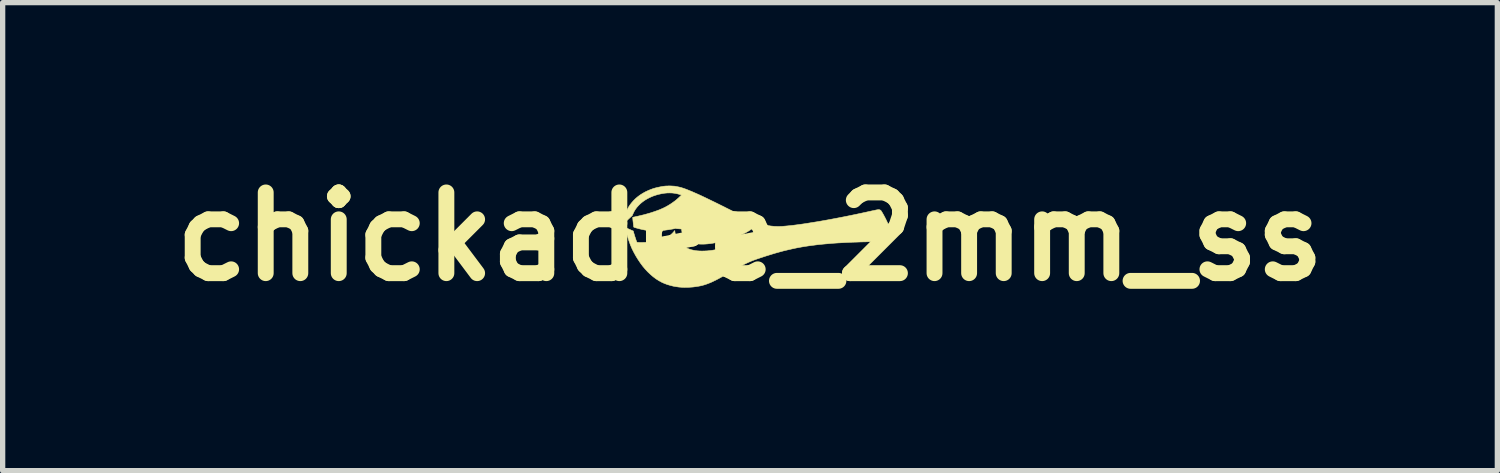
<source format=kicad_pcb>
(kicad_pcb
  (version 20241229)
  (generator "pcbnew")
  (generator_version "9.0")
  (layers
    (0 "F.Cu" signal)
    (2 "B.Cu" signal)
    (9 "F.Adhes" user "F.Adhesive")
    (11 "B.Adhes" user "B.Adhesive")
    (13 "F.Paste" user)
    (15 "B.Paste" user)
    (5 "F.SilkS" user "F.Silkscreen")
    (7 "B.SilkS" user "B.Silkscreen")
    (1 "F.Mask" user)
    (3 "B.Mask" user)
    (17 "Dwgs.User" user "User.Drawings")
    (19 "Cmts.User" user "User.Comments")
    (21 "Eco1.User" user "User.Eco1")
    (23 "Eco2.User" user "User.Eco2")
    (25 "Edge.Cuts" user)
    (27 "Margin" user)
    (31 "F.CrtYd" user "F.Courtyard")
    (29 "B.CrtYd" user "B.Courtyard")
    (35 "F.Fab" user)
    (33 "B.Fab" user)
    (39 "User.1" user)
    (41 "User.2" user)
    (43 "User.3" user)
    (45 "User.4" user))
  (footprint "chickadee_2mm_ss"
    (layer "F.Cu")
    (at 11.111 1.418)
    (property "Reference" "chickadee_2mm_ss" (at 0 0 0) (layer "F.SilkS") (effects (font (size 1.524 1.524) (thickness 0.3))))
    (attr through_hole)
    (fp_poly (pts (xy -1.502 -0.957) (xy -1.48 -0.956) (xy -1.461 -0.955) (xy -1.444 -0.954) (xy -1.428 -0.953) (xy -1.411 -0.95) (xy -1.393 -0.947) (xy -1.378 -0.944) (xy -1.337 -0.936) (xy -1.295 -0.925) (xy -1.254 -0.912) (xy -1.215 -0.898) (xy -1.207 -0.895) (xy -1.177 -0.883) (xy -1.148 -0.871) (xy -1.12 -0.86) (xy -1.091 -0.848) (xy -1.062 -0.835) (xy -1.032 -0.822) (xy -1.002 -0.809) (xy -0.971 -0.795) (xy -0.938 -0.78) (xy -0.904 -0.764) (xy -0.868 -0.747) (xy -0.83 -0.729) (xy -0.789 -0.709) (xy -0.746 -0.688) (xy -0.7 -0.666) (xy -0.651 -0.642) (xy -0.598 -0.616) (xy -0.542 -0.588) (xy -0.481 -0.558) (xy -0.466 -0.55) (xy -0.414 -0.524) (xy -0.366 -0.5) (xy -0.321 -0.478) (xy -0.28 -0.458) (xy -0.242 -0.44) (xy -0.206 -0.422) (xy -0.172 -0.407) (xy -0.141 -0.392) (xy -0.111 -0.378) (xy -0.082 -0.365) (xy -0.054 -0.353) (xy -0.026 -0.341) (xy 0.001 -0.329) (xy 0.029 -0.318) (xy 0.057 -0.307) (xy 0.086 -0.295) (xy 0.092 -0.293) (xy 0.109 -0.286) (xy 0.125 -0.279) (xy 0.139 -0.273) (xy 0.15 -0.269) (xy 0.159 -0.265) (xy 0.163 -0.262) (xy 0.164 -0.262) (xy 0.163 -0.259) (xy 0.158 -0.254) (xy 0.151 -0.246) (xy 0.142 -0.237) (xy 0.132 -0.227) (xy 0.121 -0.216) (xy 0.109 -0.206) (xy 0.098 -0.195) (xy 0.088 -0.187) (xy 0.083 -0.183) (xy 0.032 -0.145) (xy -0.023 -0.109) (xy -0.083 -0.074) (xy -0.147 -0.042) (xy -0.215 -0.012) (xy -0.286 0.016) (xy -0.362 0.042) (xy -0.442 0.066) (xy -0.525 0.087) (xy -0.613 0.107) (xy -0.627 0.11) (xy -0.686 0.121) (xy -0.742 0.13) (xy -0.795 0.136) (xy -0.844 0.14) (xy -0.891 0.142) (xy -0.935 0.141) (xy -0.978 0.139) (xy -0.998 0.136) (xy -1.043 0.129) (xy -1.084 0.119) (xy -1.122 0.105) (xy -1.156 0.089) (xy -1.186 0.07) (xy -1.213 0.048) (xy -1.236 0.022) (xy -1.255 -0.006) (xy -1.262 -0.019) (xy -1.271 -0.038) (xy -1.278 -0.058) (xy -1.284 -0.08) (xy -1.288 -0.105) (xy -1.291 -0.128) (xy -1.293 -0.144) (xy -1.34 -0.148) (xy -1.355 -0.149) (xy -1.368 -0.15) (xy -1.379 -0.151) (xy -1.387 -0.152) (xy -1.39 -0.152) (xy -1.39 -0.152) (xy -1.393 -0.154) (xy -1.392 -0.155) (xy -1.393 -0.156) (xy -1.398 -0.156) (xy -1.405 -0.156) (xy -1.412 -0.155) (xy -1.418 -0.153) (xy -1.421 -0.152) (xy -1.425 -0.151) (xy -1.433 -0.15) (xy -1.444 -0.147) (xy -1.457 -0.145) (xy -1.472 -0.142) (xy -1.476 -0.142) (xy -1.531 -0.132) (xy -1.585 -0.125) (xy -1.637 -0.118) (xy -1.689 -0.112) (xy -1.705 -0.111) (xy -1.721 -0.11) (xy -1.739 -0.109) (xy -1.76 -0.108) (xy -1.783 -0.108) (xy -1.806 -0.108) (xy -1.828 -0.108) (xy -1.849 -0.108) (xy -1.868 -0.109) (xy -1.884 -0.11) (xy -1.893 -0.111) (xy -1.943 -0.117) (xy -1.991 -0.126) (xy -2.04 -0.136) (xy -2.09 -0.148) (xy -2.142 -0.162) (xy -2.153 -0.165) (xy -2.168 -0.17) (xy -2.179 -0.173) (xy -2.187 -0.176) (xy -2.192 -0.179) (xy -2.195 -0.181) (xy -2.196 -0.182) (xy -2.197 -0.186) (xy -2.198 -0.194) (xy -2.199 -0.205) (xy -2.201 -0.22) (xy -2.203 -0.237) (xy -2.205 -0.256) (xy -2.207 -0.275) (xy -2.21 -0.299) (xy -2.212 -0.319) (xy -2.213 -0.334) (xy -2.214 -0.346) (xy -2.215 -0.354) (xy -2.215 -0.36) (xy -2.214 -0.364) (xy -2.213 -0.365) (xy -2.213 -0.365) (xy -2.209 -0.367) (xy -2.202 -0.368) (xy -2.2 -0.369) (xy -2.193 -0.37) (xy -2.181 -0.372) (xy -2.166 -0.376) (xy -2.149 -0.38) (xy -2.129 -0.384) (xy -2.109 -0.388) (xy -2.088 -0.393) (xy -2.068 -0.398) (xy -2.048 -0.403) (xy -2.031 -0.407) (xy -2.017 -0.41) (xy -1.947 -0.429) (xy -1.881 -0.448) (xy -1.82 -0.468) (xy -1.762 -0.488) (xy -1.708 -0.508) (xy -1.658 -0.53) (xy -1.65 -0.533) (xy -1.601 -0.557) (xy -1.552 -0.584) (xy -1.503 -0.614) (xy -1.455 -0.647) (xy -1.41 -0.68) (xy -1.38 -0.705) (xy -1.368 -0.716) (xy -1.355 -0.727) (xy -1.343 -0.738) (xy -1.331 -0.75) (xy -1.32 -0.76) (xy -1.31 -0.77) (xy -1.303 -0.777) (xy -1.298 -0.783) (xy -1.296 -0.786) (xy -1.296 -0.786) (xy -1.299 -0.788) (xy -1.307 -0.791) (xy -1.318 -0.794) (xy -1.331 -0.798) (xy -1.346 -0.802) (xy -1.362 -0.806) (xy -1.369 -0.808) (xy -1.417 -0.818) (xy -1.465 -0.824) (xy -1.514 -0.826) (xy -1.564 -0.825) (xy -1.616 -0.82) (xy -1.669 -0.811) (xy -1.725 -0.799) (xy -1.727 -0.799) (xy -1.784 -0.782) (xy -1.839 -0.763) (xy -1.891 -0.74) (xy -1.94 -0.715) (xy -1.987 -0.687) (xy -2.03 -0.656) (xy -2.07 -0.623) (xy -2.106 -0.587) (xy -2.139 -0.55) (xy -2.168 -0.51) (xy -2.192 -0.469) (xy -2.212 -0.426) (xy -2.215 -0.42) (xy -2.222 -0.4) (xy -2.324 -0.304) (xy -2.342 -0.286) (xy -2.36 -0.27) (xy -2.376 -0.254) (xy -2.39 -0.24) (xy -2.402 -0.228) (xy -2.412 -0.219) (xy -2.42 -0.212) (xy -2.424 -0.207) (xy -2.426 -0.206) (xy -2.424 -0.205) (xy -2.418 -0.202) (xy -2.408 -0.197) (xy -2.395 -0.191) (xy -2.38 -0.184) (xy -2.362 -0.176) (xy -2.342 -0.167) (xy -2.32 -0.157) (xy -2.315 -0.155) (xy -2.204 -0.106) (xy -2.193 -0.064) (xy -2.187 -0.045) (xy -2.181 -0.023) (xy -2.173 0.001) (xy -2.165 0.025) (xy -2.157 0.049) (xy -2.15 0.07) (xy -2.144 0.087) (xy -2.14 0.096) (xy -2.137 0.102) (xy -2.134 0.105) (xy -2.13 0.107) (xy -2.125 0.108) (xy -2.116 0.109) (xy -2.103 0.109) (xy -2.088 0.11) (xy -2.071 0.11) (xy -2.052 0.11) (xy -2.033 0.11) (xy -2.014 0.109) (xy -1.996 0.109) (xy -1.979 0.108) (xy -1.965 0.108) (xy -1.953 0.107) (xy -1.842 0.095) (xy -1.773 0.086) (xy -1.744 0.081) (xy -1.719 0.077) (xy -1.697 0.072) (xy -1.677 0.068) (xy -1.659 0.062) (xy -1.642 0.056) (xy -1.626 0.049) (xy -1.608 0.041) (xy -1.606 0.04) (xy -1.568 0.018) (xy -1.53 -0.008) (xy -1.494 -0.037) (xy -1.46 -0.07) (xy -1.433 -0.101) (xy -1.42 -0.116) (xy -1.42 -0.108) (xy -1.419 -0.098) (xy -1.417 -0.084) (xy -1.414 -0.068) (xy -1.411 -0.052) (xy -1.407 -0.035) (xy -1.402 -0.02) (xy -1.401 -0.014) (xy -1.385 0.027) (xy -1.365 0.065) (xy -1.341 0.1) (xy -1.314 0.131) (xy -1.283 0.16) (xy -1.248 0.186) (xy -1.21 0.208) (xy -1.168 0.227) (xy -1.123 0.243) (xy -1.103 0.249) (xy -1.067 0.257) (xy -1.03 0.264) (xy -0.992 0.268) (xy -0.95 0.271) (xy -0.905 0.272) (xy -0.904 0.272) (xy -0.868 0.271) (xy -0.834 0.27) (xy -0.8 0.268) (xy -0.766 0.264) (xy -0.73 0.26) (xy -0.692 0.254) (xy -0.651 0.247) (xy -0.607 0.239) (xy -0.604 0.238) (xy -0.519 0.22) (xy -0.437 0.2) (xy -0.358 0.177) (xy -0.282 0.153) (xy -0.209 0.126) (xy -0.14 0.098) (xy -0.074 0.067) (xy -0.011 0.035) (xy 0.047 0.001) (xy 0.101 -0.034) (xy 0.152 -0.071) (xy 0.197 -0.11) (xy 0.23 -0.14) (xy 0.241 -0.152) (xy 0.252 -0.164) (xy 0.263 -0.176) (xy 0.271 -0.186) (xy 0.273 -0.189) (xy 0.28 -0.197) (xy 0.286 -0.205) (xy 0.291 -0.211) (xy 0.293 -0.213) (xy 0.295 -0.215) (xy 0.297 -0.216) (xy 0.301 -0.216) (xy 0.307 -0.216) (xy 0.316 -0.214) (xy 0.319 -0.213) (xy 0.39 -0.201) (xy 0.462 -0.194) (xy 0.534 -0.192) (xy 0.607 -0.194) (xy 0.618 -0.195) (xy 0.676 -0.2) (xy 0.738 -0.206) (xy 0.805 -0.213) (xy 0.875 -0.222) (xy 0.95 -0.232) (xy 1.028 -0.243) (xy 1.11 -0.256) (xy 1.196 -0.27) (xy 1.285 -0.284) (xy 1.376 -0.3) (xy 1.471 -0.317) (xy 1.568 -0.335) (xy 1.668 -0.354) (xy 1.771 -0.374) (xy 1.875 -0.395) (xy 1.982 -0.417) (xy 2.09 -0.44) (xy 2.201 -0.464) (xy 2.305 -0.487) (xy 2.336 -0.493) (xy 2.362 -0.499) (xy 2.384 -0.504) (xy 2.403 -0.507) (xy 2.419 -0.509) (xy 2.433 -0.509) (xy 2.444 -0.508) (xy 2.453 -0.505) (xy 2.461 -0.501) (xy 2.469 -0.495) (xy 2.476 -0.487) (xy 2.483 -0.476) (xy 2.49 -0.464) (xy 2.499 -0.45) (xy 2.502 -0.445) (xy 2.527 -0.4) (xy 2.551 -0.355) (xy 2.573 -0.311) (xy 2.593 -0.269) (xy 2.611 -0.229) (xy 2.626 -0.191) (xy 2.635 -0.164) (xy 2.646 -0.128) (xy 2.653 -0.095) (xy 2.657 -0.064) (xy 2.658 -0.035) (xy 2.656 -0.01) (xy 2.65 0.013) (xy 2.642 0.032) (xy 2.63 0.048) (xy 2.615 0.06) (xy 2.608 0.064) (xy 2.601 0.067) (xy 2.593 0.07) (xy 2.585 0.073) (xy 2.575 0.076) (xy 2.564 0.078) (xy 2.552 0.08) (xy 2.537 0.082) (xy 2.521 0.084) (xy 2.502 0.085) (xy 2.481 0.087) (xy 2.456 0.088) (xy 2.429 0.09) (xy 2.398 0.091) (xy 2.364 0.092) (xy 2.326 0.094) (xy 2.284 0.095) (xy 2.238 0.096) (xy 2.187 0.098) (xy 2.177 0.098) (xy 2.093 0.1) (xy 2.014 0.103) (xy 1.939 0.105) (xy 1.868 0.108) (xy 1.799 0.111) (xy 1.734 0.115) (xy 1.671 0.118) (xy 1.611 0.122) (xy 1.552 0.126) (xy 1.495 0.131) (xy 1.439 0.136) (xy 1.383 0.141) (xy 1.364 0.143) (xy 1.276 0.152) (xy 1.191 0.163) (xy 1.108 0.174) (xy 1.027 0.186) (xy 0.947 0.2) (xy 0.868 0.215) (xy 0.79 0.232) (xy 0.711 0.25) (xy 0.632 0.269) (xy 0.551 0.291) (xy 0.469 0.314) (xy 0.384 0.34) (xy 0.297 0.367) (xy 0.206 0.397) (xy 0.134 0.421) (xy 0.1 0.433) (xy 0.067 0.445) (xy 0.036 0.457) (xy 0.005 0.47) (xy -0.025 0.483) (xy -0.056 0.497) (xy -0.088 0.512) (xy -0.12 0.528) (xy -0.155 0.546) (xy -0.191 0.565) (xy -0.23 0.587) (xy -0.272 0.61) (xy -0.317 0.636) (xy -0.331 0.644) (xy -0.372 0.667) (xy -0.408 0.688) (xy -0.441 0.707) (xy -0.47 0.724) (xy -0.497 0.739) (xy -0.521 0.752) (xy -0.542 0.765) (xy -0.562 0.775) (xy -0.579 0.785) (xy -0.596 0.794) (xy -0.611 0.802) (xy -0.626 0.81) (xy -0.64 0.817) (xy -0.653 0.824) (xy -0.667 0.83) (xy -0.682 0.837) (xy -0.683 0.838) (xy -0.729 0.86) (xy -0.773 0.878) (xy -0.815 0.894) (xy -0.856 0.908) (xy -0.897 0.92) (xy -0.94 0.93) (xy -0.984 0.938) (xy -1.032 0.945) (xy -1.076 0.951) (xy -1.105 0.953) (xy -1.136 0.955) (xy -1.17 0.957) (xy -1.204 0.957) (xy -1.237 0.958) (xy -1.268 0.957) (xy -1.288 0.956) (xy -1.343 0.952) (xy -1.398 0.944) (xy -1.453 0.934) (xy -1.507 0.92) (xy -1.559 0.905) (xy -1.608 0.887) (xy -1.655 0.867) (xy -1.667 0.861) (xy -1.722 0.831) (xy -1.777 0.796) (xy -1.83 0.756) (xy -1.881 0.712) (xy -1.932 0.664) (xy -1.98 0.612) (xy -2.027 0.556) (xy -2.072 0.495) (xy -2.115 0.431) (xy -2.157 0.363) (xy -2.196 0.292) (xy -2.227 0.23) (xy -2.239 0.202) (xy -2.251 0.174) (xy -2.263 0.144) (xy -2.275 0.111) (xy -2.288 0.074) (xy -2.291 0.065) (xy -2.296 0.049) (xy -2.302 0.032) (xy -2.307 0.013) (xy -2.313 -0.005) (xy -2.318 -0.022) (xy -2.322 -0.037) (xy -2.326 -0.049) (xy -2.328 -0.059) (xy -2.328 -0.061) (xy -2.33 -0.069) (xy -2.47 -0.126) (xy -2.495 -0.136) (xy -2.518 -0.145) (xy -2.54 -0.154) (xy -2.559 -0.162) (xy -2.576 -0.169) (xy -2.59 -0.175) (xy -2.601 -0.179) (xy -2.608 -0.182) (xy -2.611 -0.184) (xy -2.611 -0.184) (xy -2.61 -0.186) (xy -2.605 -0.191) (xy -2.597 -0.198) (xy -2.586 -0.208) (xy -2.573 -0.22) (xy -2.558 -0.234) (xy -2.54 -0.25) (xy -2.521 -0.267) (xy -2.501 -0.285) (xy -2.483 -0.301) (xy -2.459 -0.323) (xy -2.437 -0.342) (xy -2.419 -0.358) (xy -2.404 -0.372) (xy -2.391 -0.383) (xy -2.381 -0.393) (xy -2.372 -0.401) (xy -2.366 -0.407) (xy -2.361 -0.412) (xy -2.357 -0.416) (xy -2.355 -0.419) (xy -2.353 -0.422) (xy -2.352 -0.424) (xy -2.351 -0.427) (xy -2.351 -0.427) (xy -2.347 -0.441) (xy -2.341 -0.458) (xy -2.333 -0.477) (xy -2.325 -0.497) (xy -2.316 -0.516) (xy -2.311 -0.525) (xy -2.289 -0.565) (xy -2.264 -0.603) (xy -2.234 -0.641) (xy -2.201 -0.679) (xy -2.192 -0.688) (xy -2.154 -0.725) (xy -2.114 -0.758) (xy -2.073 -0.788) (xy -2.029 -0.816) (xy -1.981 -0.843) (xy -1.967 -0.85) (xy -1.92 -0.872) (xy -1.873 -0.891) (xy -1.826 -0.908) (xy -1.777 -0.922) (xy -1.725 -0.934) (xy -1.67 -0.945) (xy -1.638 -0.95) (xy -1.625 -0.952) (xy -1.613 -0.953) (xy -1.602 -0.955) (xy -1.59 -0.955) (xy -1.578 -0.956) (xy -1.563 -0.956) (xy -1.546 -0.957) (xy -1.528 -0.957) (xy -1.502 -0.957)) (stroke (width 0.01) (type solid)) (fill yes) (layer "F.SilkS")))
  (gr_rect
    (start -3 -3)
    (end 25.221 5.836)
    (stroke (width 0.1) (type default))
    (fill no)
    (layer "Edge.Cuts")))
</source>
